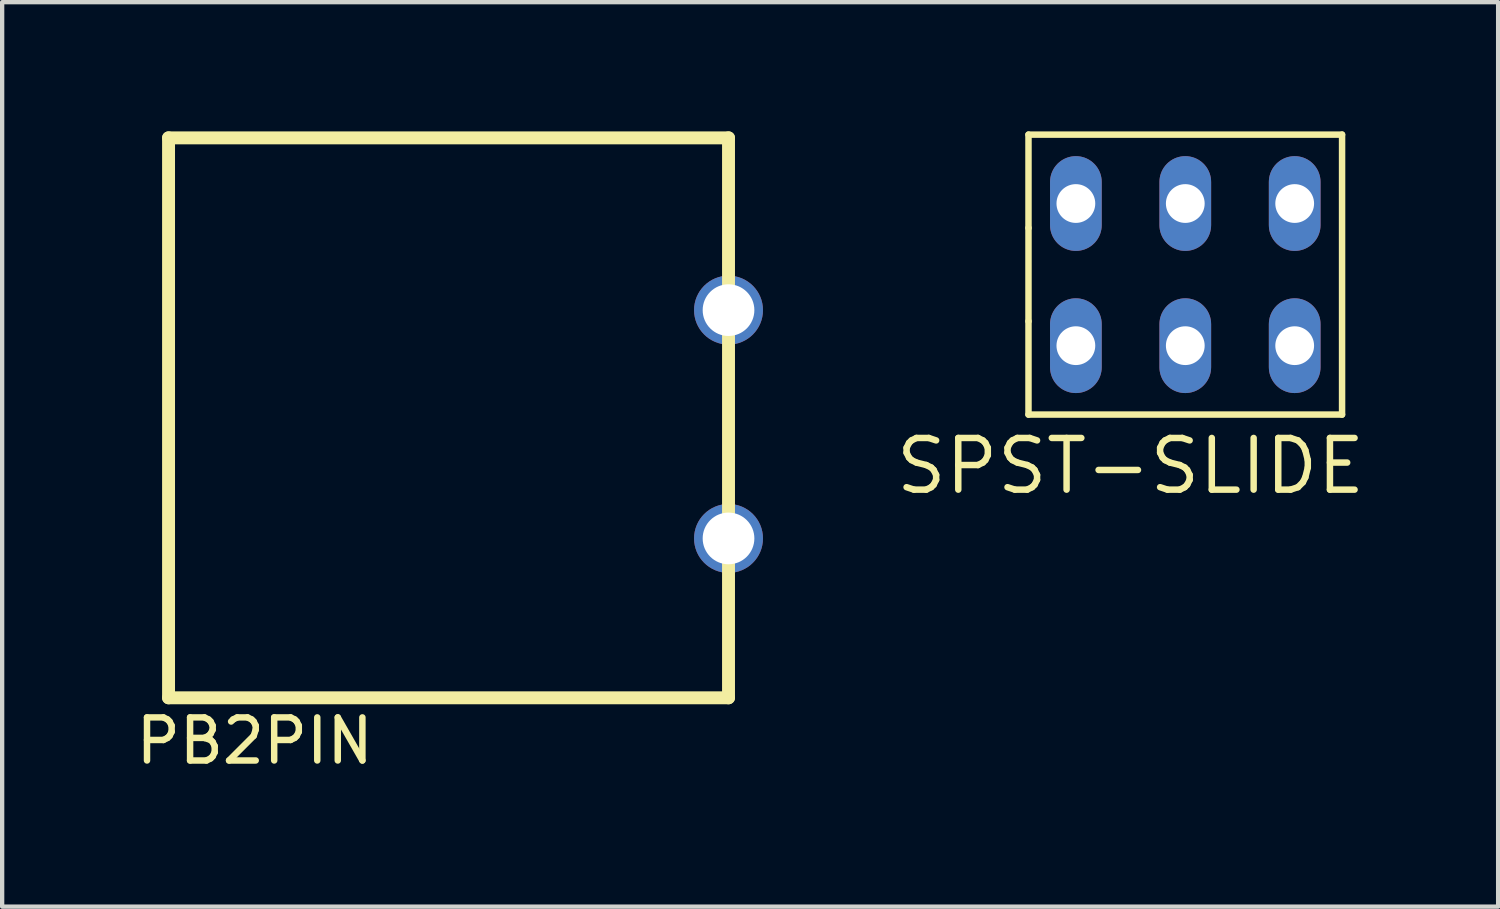
<source format=kicad_pcb>
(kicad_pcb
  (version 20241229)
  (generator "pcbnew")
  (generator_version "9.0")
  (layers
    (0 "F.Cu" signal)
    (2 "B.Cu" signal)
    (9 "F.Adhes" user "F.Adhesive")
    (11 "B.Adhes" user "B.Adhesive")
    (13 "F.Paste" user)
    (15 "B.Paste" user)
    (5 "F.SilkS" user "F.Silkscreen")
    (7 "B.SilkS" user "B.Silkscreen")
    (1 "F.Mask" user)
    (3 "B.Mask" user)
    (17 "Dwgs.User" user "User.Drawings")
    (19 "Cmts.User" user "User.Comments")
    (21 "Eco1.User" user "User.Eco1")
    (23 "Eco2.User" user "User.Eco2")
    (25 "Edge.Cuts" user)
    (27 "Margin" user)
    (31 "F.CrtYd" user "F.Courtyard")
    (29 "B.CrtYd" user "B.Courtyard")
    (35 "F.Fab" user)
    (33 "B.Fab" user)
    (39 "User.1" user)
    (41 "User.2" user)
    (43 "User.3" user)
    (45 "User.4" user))
  (footprint "PB2PIN"
    (layer "F.Cu")
    (at 8.783 6.69)
    (property "Reference" "PB2PIN" (at -5.92 7.46 0) (layer "F.SilkS") (effects (font (size 1 1) (thickness 0.15))))
    (attr through_hole)
    (fp_line (start -7.92 6.46) (end -7.92 -6.54) (stroke (width 0.3) (type solid)) (layer "F.SilkS"))
    (fp_line (start 5.08 -6.54) (end -7.92 -6.54) (stroke (width 0.3) (type solid)) (layer "F.SilkS"))
    (fp_line (start 5.08 -6.54) (end 5.08 6.46) (stroke (width 0.3) (type solid)) (layer "F.SilkS"))
    (fp_line (start 5.08 6.46) (end -7.92 6.46) (stroke (width 0.3) (type solid)) (layer "F.SilkS"))
    (pad "1" thru_hole circle (at 5.08 -2.54) (size 1.6 1.6) (drill 1.2) (layers "*.Cu" "*.Mask"))
    (pad "2" thru_hole circle (at 5.08 2.76) (size 1.6 1.6) (drill 1.2) (layers "*.Cu" "*.Mask")))
  (footprint "SPST-SLIDE"
    (layer "F.Cu")
    (at 24.467 3.325)
    (property "Reference" "SPST-SLIDE" (at -1.27 4.445 180) (layer "F.SilkS") (effects (font (size 1.2 1.2) (thickness 0.15))))
    (attr through_hole)
    (fp_line (start -3.64 -3.25) (end -3.64 -1.083) (stroke (width 0.15) (type solid)) (layer "F.SilkS"))
    (fp_line (start -3.64 -1.083) (end -3.64 1.083) (stroke (width 0.15) (type solid)) (layer "F.SilkS"))
    (fp_line (start -3.64 1.083) (end -3.64 3.25) (stroke (width 0.15) (type solid)) (layer "F.SilkS"))
    (fp_line (start -3.64 3.25) (end 3.64 3.25) (stroke (width 0.15) (type solid)) (layer "F.SilkS"))
    (fp_line (start 3.64 -3.25) (end -3.64 -3.25) (stroke (width 0.15) (type solid)) (layer "F.SilkS"))
    (fp_line (start 3.64 3.25) (end 3.64 -3.25) (stroke (width 0.15) (type solid)) (layer "F.SilkS"))
    (pad "1" thru_hole oval (at -2.54 1.65) (size 1.2 2.2) (drill 0.9) (layers "*.Cu" "*.Mask"))
    (pad "2" thru_hole oval (at 0 1.65) (size 1.2 2.2) (drill 0.9) (layers "*.Cu" "*.Mask"))
    (pad "3" thru_hole oval (at 2.54 1.65) (size 1.2 2.2) (drill 0.9) (layers "*.Cu" "*.Mask"))
    (pad "4" thru_hole oval (at 2.54 -1.65) (size 1.2 2.2) (drill 0.9) (layers "*.Cu" "*.Mask"))
    (pad "5" thru_hole oval (at 0 -1.65) (size 1.2 2.2) (drill 0.9) (layers "*.Cu" "*.Mask"))
    (pad "6" thru_hole oval (at -2.54 -1.65) (size 1.2 2.2) (drill 0.9) (layers "*.Cu" "*.Mask")))
  (gr_rect
    (start -3 -3)
    (end 31.73 17.998)
    (stroke (width 0.1) (type default))
    (fill no)
    (layer "Edge.Cuts")))
</source>
